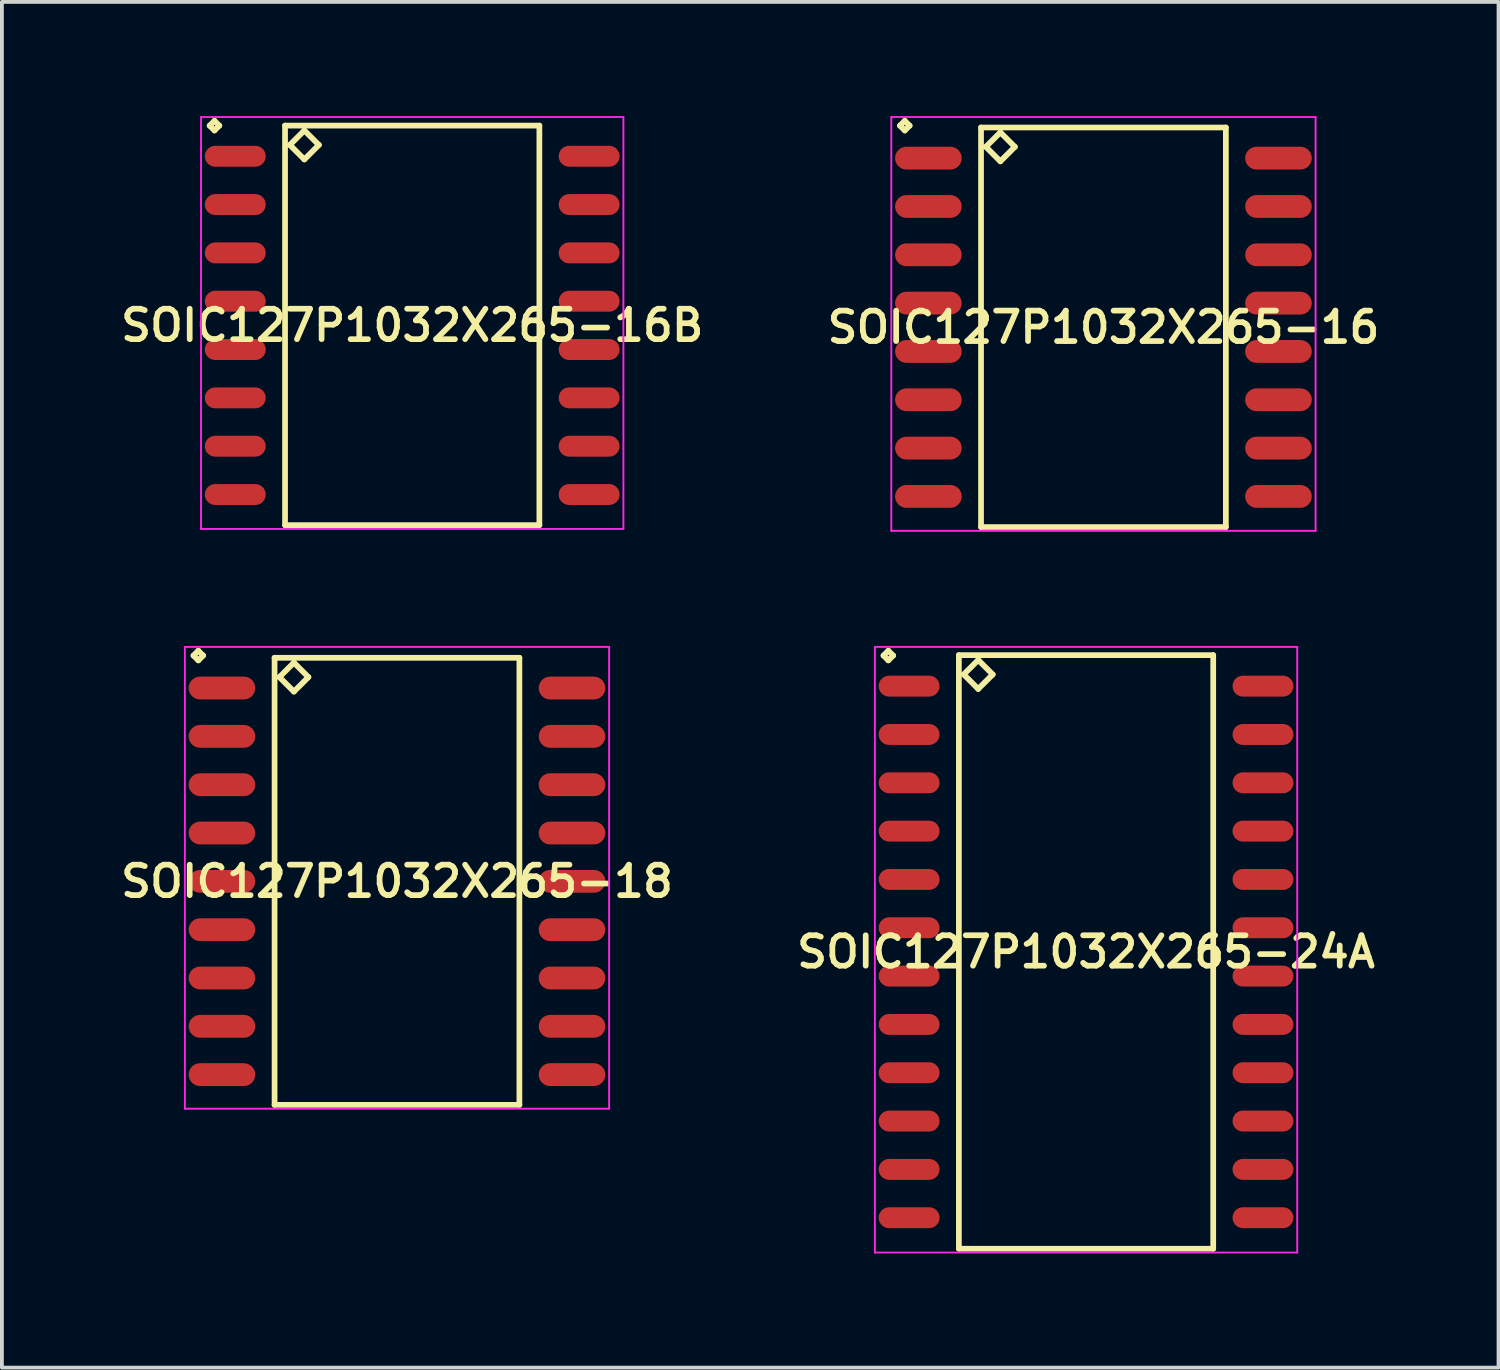
<source format=kicad_pcb>
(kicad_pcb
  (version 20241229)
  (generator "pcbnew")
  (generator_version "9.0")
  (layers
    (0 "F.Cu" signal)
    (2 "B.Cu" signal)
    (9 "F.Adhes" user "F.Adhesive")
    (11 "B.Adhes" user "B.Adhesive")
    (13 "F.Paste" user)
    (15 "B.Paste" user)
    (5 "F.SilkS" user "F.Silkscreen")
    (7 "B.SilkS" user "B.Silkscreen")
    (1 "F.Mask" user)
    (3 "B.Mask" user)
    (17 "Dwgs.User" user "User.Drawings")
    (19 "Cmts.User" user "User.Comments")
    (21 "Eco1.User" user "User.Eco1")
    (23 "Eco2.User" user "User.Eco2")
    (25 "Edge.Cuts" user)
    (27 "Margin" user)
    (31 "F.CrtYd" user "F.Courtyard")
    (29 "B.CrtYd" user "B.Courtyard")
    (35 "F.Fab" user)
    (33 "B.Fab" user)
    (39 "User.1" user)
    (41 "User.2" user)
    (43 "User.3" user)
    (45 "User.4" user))
  (footprint "SOIC127P1032X265-24A"
    (layer "F.Cu")
    (at 25.492 21.967)
    (property "Reference" "SOIC127P1032X265-24A" (at 0 0 0) (layer "F.SilkS") (effects (font (size 0.8 0.8) (thickness 0.15))))
    (attr smd)
    (fp_line (start -5.323 -7.789) (end -5.196 -7.916) (stroke (width 0.15) (type solid)) (layer "F.SilkS"))
    (fp_line (start -5.196 -7.916) (end -5.069 -7.789) (stroke (width 0.15) (type solid)) (layer "F.SilkS"))
    (fp_line (start -5.196 -7.662) (end -5.323 -7.789) (stroke (width 0.15) (type solid)) (layer "F.SilkS"))
    (fp_line (start -5.069 -7.789) (end -5.196 -7.662) (stroke (width 0.15) (type solid)) (layer "F.SilkS"))
    (fp_line (start -3.342 -7.8) (end -3.342 7.8) (stroke (width 0.15) (type solid)) (layer "F.SilkS"))
    (fp_line (start -3.342 7.8) (end 3.342 7.8) (stroke (width 0.15) (type solid)) (layer "F.SilkS"))
    (fp_line (start -3.215 -7.292) (end -2.834 -7.673) (stroke (width 0.15) (type solid)) (layer "F.SilkS"))
    (fp_line (start -2.834 -7.673) (end -2.453 -7.292) (stroke (width 0.15) (type solid)) (layer "F.SilkS"))
    (fp_line (start -2.834 -6.911) (end -3.215 -7.292) (stroke (width 0.15) (type solid)) (layer "F.SilkS"))
    (fp_line (start -2.453 -7.292) (end -2.834 -6.911) (stroke (width 0.15) (type solid)) (layer "F.SilkS"))
    (fp_line (start 3.342 -7.8) (end -3.342 -7.8) (stroke (width 0.15) (type solid)) (layer "F.SilkS"))
    (fp_line (start 3.342 7.8) (end 3.342 -7.8) (stroke (width 0.15) (type solid)) (layer "F.SilkS"))
    (fp_line (start -5.55 -8.016) (end 5.55 -8.016) (stroke (width 0.05) (type solid)) (layer "F.CrtYd"))
    (fp_line (start -5.55 7.9) (end -5.55 -8.016) (stroke (width 0.05) (type solid)) (layer "F.CrtYd"))
    (fp_line (start 5.55 -8.016) (end 5.55 7.9) (stroke (width 0.05) (type solid)) (layer "F.CrtYd"))
    (fp_line (start 5.55 7.9) (end -5.55 7.9) (stroke (width 0.05) (type solid)) (layer "F.CrtYd"))
    (pad "1" smd oval (at -4.65 -6.985) (size 1.6 0.55) (layers "F.Cu" "F.Mask" "F.Paste"))
    (pad "2" smd oval (at -4.65 -5.715) (size 1.6 0.55) (layers "F.Cu" "F.Mask" "F.Paste"))
    (pad "3" smd oval (at -4.65 -4.445) (size 1.6 0.55) (layers "F.Cu" "F.Mask" "F.Paste"))
    (pad "4" smd oval (at -4.65 -3.175) (size 1.6 0.55) (layers "F.Cu" "F.Mask" "F.Paste"))
    (pad "5" smd oval (at -4.65 -1.905) (size 1.6 0.55) (layers "F.Cu" "F.Mask" "F.Paste"))
    (pad "6" smd oval (at -4.65 -0.635) (size 1.6 0.55) (layers "F.Cu" "F.Mask" "F.Paste"))
    (pad "7" smd oval (at -4.65 0.635) (size 1.6 0.55) (layers "F.Cu" "F.Mask" "F.Paste"))
    (pad "8" smd oval (at -4.65 1.905) (size 1.6 0.55) (layers "F.Cu" "F.Mask" "F.Paste"))
    (pad "9" smd oval (at -4.65 3.175) (size 1.6 0.55) (layers "F.Cu" "F.Mask" "F.Paste"))
    (pad "10" smd oval (at -4.65 4.445) (size 1.6 0.55) (layers "F.Cu" "F.Mask" "F.Paste"))
    (pad "11" smd oval (at -4.65 5.715) (size 1.6 0.55) (layers "F.Cu" "F.Mask" "F.Paste"))
    (pad "12" smd oval (at -4.65 6.985) (size 1.6 0.55) (layers "F.Cu" "F.Mask" "F.Paste"))
    (pad "13" smd oval (at 4.65 6.985) (size 1.6 0.55) (layers "F.Cu" "F.Mask" "F.Paste"))
    (pad "14" smd oval (at 4.65 5.715) (size 1.6 0.55) (layers "F.Cu" "F.Mask" "F.Paste"))
    (pad "15" smd oval (at 4.65 4.445) (size 1.6 0.55) (layers "F.Cu" "F.Mask" "F.Paste"))
    (pad "16" smd oval (at 4.65 3.175) (size 1.6 0.55) (layers "F.Cu" "F.Mask" "F.Paste"))
    (pad "17" smd oval (at 4.65 1.905) (size 1.6 0.55) (layers "F.Cu" "F.Mask" "F.Paste"))
    (pad "18" smd oval (at 4.65 0.635) (size 1.6 0.55) (layers "F.Cu" "F.Mask" "F.Paste"))
    (pad "19" smd oval (at 4.65 -0.635) (size 1.6 0.55) (layers "F.Cu" "F.Mask" "F.Paste"))
    (pad "20" smd oval (at 4.65 -1.905) (size 1.6 0.55) (layers "F.Cu" "F.Mask" "F.Paste"))
    (pad "21" smd oval (at 4.65 -3.175) (size 1.6 0.55) (layers "F.Cu" "F.Mask" "F.Paste"))
    (pad "22" smd oval (at 4.65 -4.445) (size 1.6 0.55) (layers "F.Cu" "F.Mask" "F.Paste"))
    (pad "23" smd oval (at 4.65 -5.715) (size 1.6 0.55) (layers "F.Cu" "F.Mask" "F.Paste"))
    (pad "24" smd oval (at 4.65 -6.985) (size 1.6 0.55) (layers "F.Cu" "F.Mask" "F.Paste")))
  (footprint "SOIC127P1032X265-16"
    (layer "F.Cu")
    (at 25.949 5.551)
    (property "Reference" "SOIC127P1032X265-16" (at 0 0 0) (layer "F.SilkS") (effects (font (size 0.8 0.8) (thickness 0.15))))
    (attr smd)
    (fp_line (start -5.348 -5.299) (end -5.221 -5.426) (stroke (width 0.15) (type solid)) (layer "F.SilkS"))
    (fp_line (start -5.221 -5.426) (end -5.094 -5.299) (stroke (width 0.15) (type solid)) (layer "F.SilkS"))
    (fp_line (start -5.221 -5.172) (end -5.348 -5.299) (stroke (width 0.15) (type solid)) (layer "F.SilkS"))
    (fp_line (start -5.094 -5.299) (end -5.221 -5.172) (stroke (width 0.15) (type solid)) (layer "F.SilkS"))
    (fp_line (start -3.217 -5.25) (end -3.217 5.25) (stroke (width 0.15) (type solid)) (layer "F.SilkS"))
    (fp_line (start -3.217 5.25) (end 3.217 5.25) (stroke (width 0.15) (type solid)) (layer "F.SilkS"))
    (fp_line (start -3.09 -4.742) (end -2.709 -5.123) (stroke (width 0.15) (type solid)) (layer "F.SilkS"))
    (fp_line (start -2.709 -5.123) (end -2.328 -4.742) (stroke (width 0.15) (type solid)) (layer "F.SilkS"))
    (fp_line (start -2.709 -4.361) (end -3.09 -4.742) (stroke (width 0.15) (type solid)) (layer "F.SilkS"))
    (fp_line (start -2.328 -4.742) (end -2.709 -4.361) (stroke (width 0.15) (type solid)) (layer "F.SilkS"))
    (fp_line (start 3.217 -5.25) (end -3.217 -5.25) (stroke (width 0.15) (type solid)) (layer "F.SilkS"))
    (fp_line (start 3.217 5.25) (end 3.217 -5.25) (stroke (width 0.15) (type solid)) (layer "F.SilkS"))
    (fp_line (start -5.575 -5.526) (end 5.575 -5.526) (stroke (width 0.05) (type solid)) (layer "F.CrtYd"))
    (fp_line (start -5.575 5.35) (end -5.575 -5.526) (stroke (width 0.05) (type solid)) (layer "F.CrtYd"))
    (fp_line (start 5.575 -5.526) (end 5.575 5.35) (stroke (width 0.05) (type solid)) (layer "F.CrtYd"))
    (fp_line (start 5.575 5.35) (end -5.575 5.35) (stroke (width 0.05) (type solid)) (layer "F.CrtYd"))
    (pad "1" smd oval (at -4.6 -4.445) (size 1.75 0.6) (layers "F.Cu" "F.Mask" "F.Paste"))
    (pad "2" smd oval (at -4.6 -3.175) (size 1.75 0.6) (layers "F.Cu" "F.Mask" "F.Paste"))
    (pad "3" smd oval (at -4.6 -1.905) (size 1.75 0.6) (layers "F.Cu" "F.Mask" "F.Paste"))
    (pad "4" smd oval (at -4.6 -0.635) (size 1.75 0.6) (layers "F.Cu" "F.Mask" "F.Paste"))
    (pad "5" smd oval (at -4.6 0.635) (size 1.75 0.6) (layers "F.Cu" "F.Mask" "F.Paste"))
    (pad "6" smd oval (at -4.6 1.905) (size 1.75 0.6) (layers "F.Cu" "F.Mask" "F.Paste"))
    (pad "7" smd oval (at -4.6 3.175) (size 1.75 0.6) (layers "F.Cu" "F.Mask" "F.Paste"))
    (pad "8" smd oval (at -4.6 4.445) (size 1.75 0.6) (layers "F.Cu" "F.Mask" "F.Paste"))
    (pad "9" smd oval (at 4.6 4.445) (size 1.75 0.6) (layers "F.Cu" "F.Mask" "F.Paste"))
    (pad "10" smd oval (at 4.6 3.175) (size 1.75 0.6) (layers "F.Cu" "F.Mask" "F.Paste"))
    (pad "11" smd oval (at 4.6 1.905) (size 1.75 0.6) (layers "F.Cu" "F.Mask" "F.Paste"))
    (pad "12" smd oval (at 4.6 0.635) (size 1.75 0.6) (layers "F.Cu" "F.Mask" "F.Paste"))
    (pad "13" smd oval (at 4.6 -0.635) (size 1.75 0.6) (layers "F.Cu" "F.Mask" "F.Paste"))
    (pad "14" smd oval (at 4.6 -1.905) (size 1.75 0.6) (layers "F.Cu" "F.Mask" "F.Paste"))
    (pad "15" smd oval (at 4.6 -3.175) (size 1.75 0.6) (layers "F.Cu" "F.Mask" "F.Paste"))
    (pad "16" smd oval (at 4.6 -4.445) (size 1.75 0.6) (layers "F.Cu" "F.Mask" "F.Paste")))
  (footprint "SOIC127P1032X265-16B"
    (layer "F.Cu")
    (at 7.783 5.501)
    (property "Reference" "SOIC127P1032X265-16B" (at 0 0 0) (layer "F.SilkS") (effects (font (size 0.8 0.8) (thickness 0.15))))
    (attr smd)
    (fp_line (start -5.323 -5.249) (end -5.196 -5.376) (stroke (width 0.15) (type solid)) (layer "F.SilkS"))
    (fp_line (start -5.196 -5.376) (end -5.069 -5.249) (stroke (width 0.15) (type solid)) (layer "F.SilkS"))
    (fp_line (start -5.196 -5.122) (end -5.323 -5.249) (stroke (width 0.15) (type solid)) (layer "F.SilkS"))
    (fp_line (start -5.069 -5.249) (end -5.196 -5.122) (stroke (width 0.15) (type solid)) (layer "F.SilkS"))
    (fp_line (start -3.342 -5.25) (end -3.342 5.25) (stroke (width 0.15) (type solid)) (layer "F.SilkS"))
    (fp_line (start -3.342 5.25) (end 3.342 5.25) (stroke (width 0.15) (type solid)) (layer "F.SilkS"))
    (fp_line (start -3.215 -4.742) (end -2.834 -5.123) (stroke (width 0.15) (type solid)) (layer "F.SilkS"))
    (fp_line (start -2.834 -5.123) (end -2.453 -4.742) (stroke (width 0.15) (type solid)) (layer "F.SilkS"))
    (fp_line (start -2.834 -4.361) (end -3.215 -4.742) (stroke (width 0.15) (type solid)) (layer "F.SilkS"))
    (fp_line (start -2.453 -4.742) (end -2.834 -4.361) (stroke (width 0.15) (type solid)) (layer "F.SilkS"))
    (fp_line (start 3.342 -5.25) (end -3.342 -5.25) (stroke (width 0.15) (type solid)) (layer "F.SilkS"))
    (fp_line (start 3.342 5.25) (end 3.342 -5.25) (stroke (width 0.15) (type solid)) (layer "F.SilkS"))
    (fp_line (start -5.55 -5.476) (end 5.55 -5.476) (stroke (width 0.05) (type solid)) (layer "F.CrtYd"))
    (fp_line (start -5.55 5.35) (end -5.55 -5.476) (stroke (width 0.05) (type solid)) (layer "F.CrtYd"))
    (fp_line (start 5.55 -5.476) (end 5.55 5.35) (stroke (width 0.05) (type solid)) (layer "F.CrtYd"))
    (fp_line (start 5.55 5.35) (end -5.55 5.35) (stroke (width 0.05) (type solid)) (layer "F.CrtYd"))
    (pad "1" smd oval (at -4.65 -4.445) (size 1.6 0.55) (layers "F.Cu" "F.Mask" "F.Paste"))
    (pad "2" smd oval (at -4.65 -3.175) (size 1.6 0.55) (layers "F.Cu" "F.Mask" "F.Paste"))
    (pad "3" smd oval (at -4.65 -1.905) (size 1.6 0.55) (layers "F.Cu" "F.Mask" "F.Paste"))
    (pad "4" smd oval (at -4.65 -0.635) (size 1.6 0.55) (layers "F.Cu" "F.Mask" "F.Paste"))
    (pad "5" smd oval (at -4.65 0.635) (size 1.6 0.55) (layers "F.Cu" "F.Mask" "F.Paste"))
    (pad "6" smd oval (at -4.65 1.905) (size 1.6 0.55) (layers "F.Cu" "F.Mask" "F.Paste"))
    (pad "7" smd oval (at -4.65 3.175) (size 1.6 0.55) (layers "F.Cu" "F.Mask" "F.Paste"))
    (pad "8" smd oval (at -4.65 4.445) (size 1.6 0.55) (layers "F.Cu" "F.Mask" "F.Paste"))
    (pad "9" smd oval (at 4.65 4.445) (size 1.6 0.55) (layers "F.Cu" "F.Mask" "F.Paste"))
    (pad "10" smd oval (at 4.65 3.175) (size 1.6 0.55) (layers "F.Cu" "F.Mask" "F.Paste"))
    (pad "11" smd oval (at 4.65 1.905) (size 1.6 0.55) (layers "F.Cu" "F.Mask" "F.Paste"))
    (pad "12" smd oval (at 4.65 0.635) (size 1.6 0.55) (layers "F.Cu" "F.Mask" "F.Paste"))
    (pad "13" smd oval (at 4.65 -0.635) (size 1.6 0.55) (layers "F.Cu" "F.Mask" "F.Paste"))
    (pad "14" smd oval (at 4.65 -1.905) (size 1.6 0.55) (layers "F.Cu" "F.Mask" "F.Paste"))
    (pad "15" smd oval (at 4.65 -3.175) (size 1.6 0.55) (layers "F.Cu" "F.Mask" "F.Paste"))
    (pad "16" smd oval (at 4.65 -4.445) (size 1.6 0.55) (layers "F.Cu" "F.Mask" "F.Paste")))
  (footprint "SOIC127P1032X265-18"
    (layer "F.Cu")
    (at 7.383 20.112)
    (property "Reference" "SOIC127P1032X265-18" (at 0 0 0) (layer "F.SilkS") (effects (font (size 0.8 0.8) (thickness 0.15))))
    (attr smd)
    (fp_line (start -5.348 -5.934) (end -5.221 -6.061) (stroke (width 0.15) (type solid)) (layer "F.SilkS"))
    (fp_line (start -5.221 -6.061) (end -5.094 -5.934) (stroke (width 0.15) (type solid)) (layer "F.SilkS"))
    (fp_line (start -5.221 -5.807) (end -5.348 -5.934) (stroke (width 0.15) (type solid)) (layer "F.SilkS"))
    (fp_line (start -5.094 -5.934) (end -5.221 -5.807) (stroke (width 0.15) (type solid)) (layer "F.SilkS"))
    (fp_line (start -3.217 -5.875) (end -3.217 5.875) (stroke (width 0.15) (type solid)) (layer "F.SilkS"))
    (fp_line (start -3.217 5.875) (end 3.217 5.875) (stroke (width 0.15) (type solid)) (layer "F.SilkS"))
    (fp_line (start -3.09 -5.367) (end -2.709 -5.748) (stroke (width 0.15) (type solid)) (layer "F.SilkS"))
    (fp_line (start -2.709 -5.748) (end -2.328 -5.367) (stroke (width 0.15) (type solid)) (layer "F.SilkS"))
    (fp_line (start -2.709 -4.986) (end -3.09 -5.367) (stroke (width 0.15) (type solid)) (layer "F.SilkS"))
    (fp_line (start -2.328 -5.367) (end -2.709 -4.986) (stroke (width 0.15) (type solid)) (layer "F.SilkS"))
    (fp_line (start 3.217 -5.875) (end -3.217 -5.875) (stroke (width 0.15) (type solid)) (layer "F.SilkS"))
    (fp_line (start 3.217 5.875) (end 3.217 -5.875) (stroke (width 0.15) (type solid)) (layer "F.SilkS"))
    (fp_line (start -5.575 -6.161) (end 5.575 -6.161) (stroke (width 0.05) (type solid)) (layer "F.CrtYd"))
    (fp_line (start -5.575 5.975) (end -5.575 -6.161) (stroke (width 0.05) (type solid)) (layer "F.CrtYd"))
    (fp_line (start 5.575 -6.161) (end 5.575 5.975) (stroke (width 0.05) (type solid)) (layer "F.CrtYd"))
    (fp_line (start 5.575 5.975) (end -5.575 5.975) (stroke (width 0.05) (type solid)) (layer "F.CrtYd"))
    (pad "1" smd oval (at -4.6 -5.08) (size 1.75 0.6) (layers "F.Cu" "F.Mask" "F.Paste"))
    (pad "2" smd oval (at -4.6 -3.81) (size 1.75 0.6) (layers "F.Cu" "F.Mask" "F.Paste"))
    (pad "3" smd oval (at -4.6 -2.54) (size 1.75 0.6) (layers "F.Cu" "F.Mask" "F.Paste"))
    (pad "4" smd oval (at -4.6 -1.27) (size 1.75 0.6) (layers "F.Cu" "F.Mask" "F.Paste"))
    (pad "5" smd oval (at -4.6 0) (size 1.75 0.6) (layers "F.Cu" "F.Mask" "F.Paste"))
    (pad "6" smd oval (at -4.6 1.27) (size 1.75 0.6) (layers "F.Cu" "F.Mask" "F.Paste"))
    (pad "7" smd oval (at -4.6 2.54) (size 1.75 0.6) (layers "F.Cu" "F.Mask" "F.Paste"))
    (pad "8" smd oval (at -4.6 3.81) (size 1.75 0.6) (layers "F.Cu" "F.Mask" "F.Paste"))
    (pad "9" smd oval (at -4.6 5.08) (size 1.75 0.6) (layers "F.Cu" "F.Mask" "F.Paste"))
    (pad "10" smd oval (at 4.6 5.08) (size 1.75 0.6) (layers "F.Cu" "F.Mask" "F.Paste"))
    (pad "11" smd oval (at 4.6 3.81) (size 1.75 0.6) (layers "F.Cu" "F.Mask" "F.Paste"))
    (pad "12" smd oval (at 4.6 2.54) (size 1.75 0.6) (layers "F.Cu" "F.Mask" "F.Paste"))
    (pad "13" smd oval (at 4.6 1.27) (size 1.75 0.6) (layers "F.Cu" "F.Mask" "F.Paste"))
    (pad "14" smd oval (at 4.6 0) (size 1.75 0.6) (layers "F.Cu" "F.Mask" "F.Paste"))
    (pad "15" smd oval (at 4.6 -1.27) (size 1.75 0.6) (layers "F.Cu" "F.Mask" "F.Paste"))
    (pad "16" smd oval (at 4.6 -2.54) (size 1.75 0.6) (layers "F.Cu" "F.Mask" "F.Paste"))
    (pad "17" smd oval (at 4.6 -3.81) (size 1.75 0.6) (layers "F.Cu" "F.Mask" "F.Paste"))
    (pad "18" smd oval (at 4.6 -5.08) (size 1.75 0.6) (layers "F.Cu" "F.Mask" "F.Paste")))
  (gr_rect
    (start -3 -3)
    (end 36.332 32.892)
    (stroke (width 0.1) (type default))
    (fill no)
    (layer "Edge.Cuts")))
</source>
